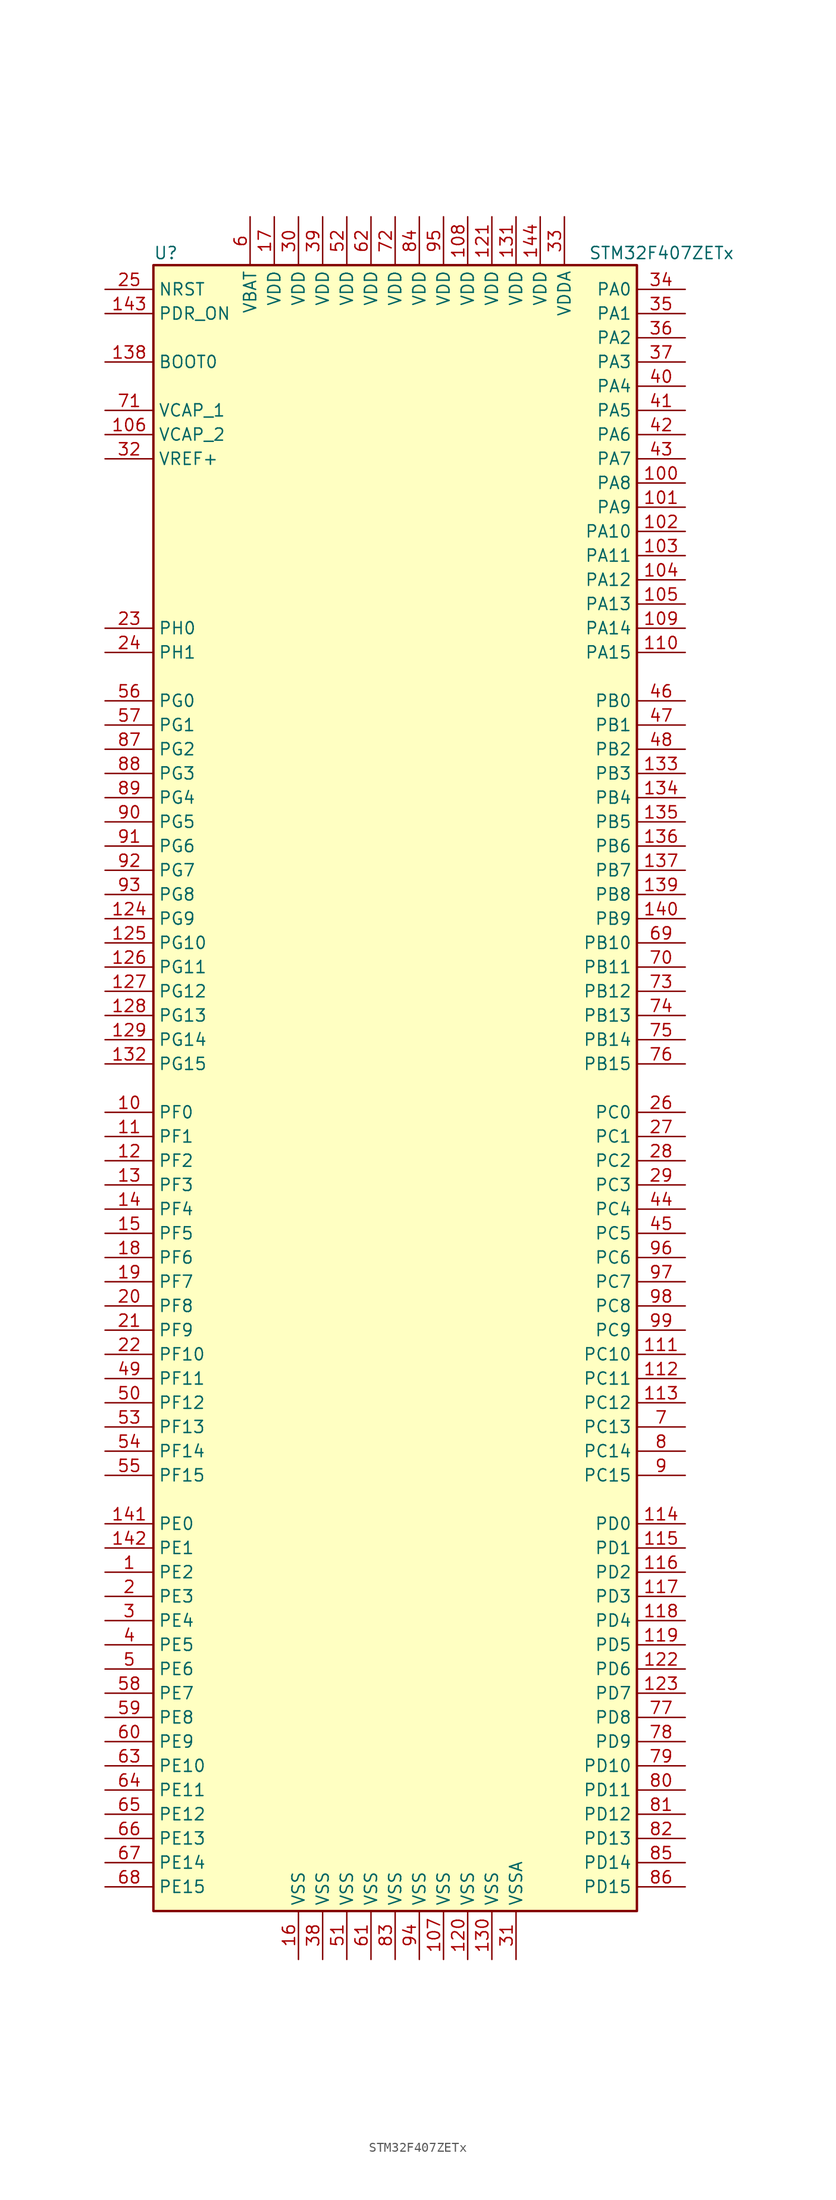
<source format=kicad_sym>
(kicad_symbol_lib
  (version 20201005)
  (generator kicad_symbol_editor)
  (symbol "STM32F407ZETx"
    (property "Reference" "U"
      (at -25.4 87.63 0)
      (effects (font (size 1.27 1.27)) (justify left)))
    (property "Value" "STM32F407ZETx"
      (at 20.32 87.63 0)
      (effects (font (size 1.27 1.27)) (justify left)))
    (symbol "STM32F407ZETx_0_1"
      (rectangle (start -25.4 -86.36) (end 25.4 86.36) (stroke (width 0.254)) (fill (type background))))
    (symbol "STM32F407ZETx_1_1"
      (pin bidirectional line (at -30.48 -50.8 0) (length 5.08) (name "PE2" (effects (font (size 1.27 1.27)))) (number "1" (effects (font (size 1.27 1.27)))))
      (pin bidirectional line (at -30.48 -2.54 0) (length 5.08) (name "PF0" (effects (font (size 1.27 1.27)))) (number "10" (effects (font (size 1.27 1.27)))))
      (pin bidirectional line (at 30.48 63.5 180) (length 5.08) (name "PA8" (effects (font (size 1.27 1.27)))) (number "100" (effects (font (size 1.27 1.27)))))
      (pin bidirectional line (at 30.48 60.96 180) (length 5.08) (name "PA9" (effects (font (size 1.27 1.27)))) (number "101" (effects (font (size 1.27 1.27)))))
      (pin bidirectional line (at 30.48 58.42 180) (length 5.08) (name "PA10" (effects (font (size 1.27 1.27)))) (number "102" (effects (font (size 1.27 1.27)))))
      (pin bidirectional line (at 30.48 55.88 180) (length 5.08) (name "PA11" (effects (font (size 1.27 1.27)))) (number "103" (effects (font (size 1.27 1.27)))))
      (pin bidirectional line (at 30.48 53.34 180) (length 5.08) (name "PA12" (effects (font (size 1.27 1.27)))) (number "104" (effects (font (size 1.27 1.27)))))
      (pin bidirectional line (at 30.48 50.8 180) (length 5.08) (name "PA13" (effects (font (size 1.27 1.27)))) (number "105" (effects (font (size 1.27 1.27)))))
      (pin power_in line (at -30.48 68.58 0) (length 5.08) (name "VCAP_2" (effects (font (size 1.27 1.27)))) (number "106" (effects (font (size 1.27 1.27)))))
      (pin power_in line (at 5.08 -91.44 90) (length 5.08) (name "VSS" (effects (font (size 1.27 1.27)))) (number "107" (effects (font (size 1.27 1.27)))))
      (pin power_in line (at 7.62 91.44 270) (length 5.08) (name "VDD" (effects (font (size 1.27 1.27)))) (number "108" (effects (font (size 1.27 1.27)))))
      (pin bidirectional line (at 30.48 48.26 180) (length 5.08) (name "PA14" (effects (font (size 1.27 1.27)))) (number "109" (effects (font (size 1.27 1.27)))))
      (pin bidirectional line (at -30.48 -5.08 0) (length 5.08) (name "PF1" (effects (font (size 1.27 1.27)))) (number "11" (effects (font (size 1.27 1.27)))))
      (pin bidirectional line (at 30.48 45.72 180) (length 5.08) (name "PA15" (effects (font (size 1.27 1.27)))) (number "110" (effects (font (size 1.27 1.27)))))
      (pin bidirectional line (at 30.48 -27.94 180) (length 5.08) (name "PC10" (effects (font (size 1.27 1.27)))) (number "111" (effects (font (size 1.27 1.27)))))
      (pin bidirectional line (at 30.48 -30.48 180) (length 5.08) (name "PC11" (effects (font (size 1.27 1.27)))) (number "112" (effects (font (size 1.27 1.27)))))
      (pin bidirectional line (at 30.48 -33.02 180) (length 5.08) (name "PC12" (effects (font (size 1.27 1.27)))) (number "113" (effects (font (size 1.27 1.27)))))
      (pin bidirectional line (at 30.48 -45.72 180) (length 5.08) (name "PD0" (effects (font (size 1.27 1.27)))) (number "114" (effects (font (size 1.27 1.27)))))
      (pin bidirectional line (at 30.48 -48.26 180) (length 5.08) (name "PD1" (effects (font (size 1.27 1.27)))) (number "115" (effects (font (size 1.27 1.27)))))
      (pin bidirectional line (at 30.48 -50.8 180) (length 5.08) (name "PD2" (effects (font (size 1.27 1.27)))) (number "116" (effects (font (size 1.27 1.27)))))
      (pin bidirectional line (at 30.48 -53.34 180) (length 5.08) (name "PD3" (effects (font (size 1.27 1.27)))) (number "117" (effects (font (size 1.27 1.27)))))
      (pin bidirectional line (at 30.48 -55.88 180) (length 5.08) (name "PD4" (effects (font (size 1.27 1.27)))) (number "118" (effects (font (size 1.27 1.27)))))
      (pin bidirectional line (at 30.48 -58.42 180) (length 5.08) (name "PD5" (effects (font (size 1.27 1.27)))) (number "119" (effects (font (size 1.27 1.27)))))
      (pin bidirectional line (at -30.48 -7.62 0) (length 5.08) (name "PF2" (effects (font (size 1.27 1.27)))) (number "12" (effects (font (size 1.27 1.27)))))
      (pin power_in line (at 7.62 -91.44 90) (length 5.08) (name "VSS" (effects (font (size 1.27 1.27)))) (number "120" (effects (font (size 1.27 1.27)))))
      (pin power_in line (at 10.16 91.44 270) (length 5.08) (name "VDD" (effects (font (size 1.27 1.27)))) (number "121" (effects (font (size 1.27 1.27)))))
      (pin bidirectional line (at 30.48 -60.96 180) (length 5.08) (name "PD6" (effects (font (size 1.27 1.27)))) (number "122" (effects (font (size 1.27 1.27)))))
      (pin bidirectional line (at 30.48 -63.5 180) (length 5.08) (name "PD7" (effects (font (size 1.27 1.27)))) (number "123" (effects (font (size 1.27 1.27)))))
      (pin bidirectional line (at -30.48 17.78 0) (length 5.08) (name "PG9" (effects (font (size 1.27 1.27)))) (number "124" (effects (font (size 1.27 1.27)))))
      (pin bidirectional line (at -30.48 15.24 0) (length 5.08) (name "PG10" (effects (font (size 1.27 1.27)))) (number "125" (effects (font (size 1.27 1.27)))))
      (pin bidirectional line (at -30.48 12.7 0) (length 5.08) (name "PG11" (effects (font (size 1.27 1.27)))) (number "126" (effects (font (size 1.27 1.27)))))
      (pin bidirectional line (at -30.48 10.16 0) (length 5.08) (name "PG12" (effects (font (size 1.27 1.27)))) (number "127" (effects (font (size 1.27 1.27)))))
      (pin bidirectional line (at -30.48 7.62 0) (length 5.08) (name "PG13" (effects (font (size 1.27 1.27)))) (number "128" (effects (font (size 1.27 1.27)))))
      (pin bidirectional line (at -30.48 5.08 0) (length 5.08) (name "PG14" (effects (font (size 1.27 1.27)))) (number "129" (effects (font (size 1.27 1.27)))))
      (pin bidirectional line (at -30.48 -10.16 0) (length 5.08) (name "PF3" (effects (font (size 1.27 1.27)))) (number "13" (effects (font (size 1.27 1.27)))))
      (pin power_in line (at 10.16 -91.44 90) (length 5.08) (name "VSS" (effects (font (size 1.27 1.27)))) (number "130" (effects (font (size 1.27 1.27)))))
      (pin power_in line (at 12.7 91.44 270) (length 5.08) (name "VDD" (effects (font (size 1.27 1.27)))) (number "131" (effects (font (size 1.27 1.27)))))
      (pin bidirectional line (at -30.48 2.54 0) (length 5.08) (name "PG15" (effects (font (size 1.27 1.27)))) (number "132" (effects (font (size 1.27 1.27)))))
      (pin bidirectional line (at 30.48 33.02 180) (length 5.08) (name "PB3" (effects (font (size 1.27 1.27)))) (number "133" (effects (font (size 1.27 1.27)))))
      (pin bidirectional line (at 30.48 30.48 180) (length 5.08) (name "PB4" (effects (font (size 1.27 1.27)))) (number "134" (effects (font (size 1.27 1.27)))))
      (pin bidirectional line (at 30.48 27.94 180) (length 5.08) (name "PB5" (effects (font (size 1.27 1.27)))) (number "135" (effects (font (size 1.27 1.27)))))
      (pin bidirectional line (at 30.48 25.4 180) (length 5.08) (name "PB6" (effects (font (size 1.27 1.27)))) (number "136" (effects (font (size 1.27 1.27)))))
      (pin bidirectional line (at 30.48 22.86 180) (length 5.08) (name "PB7" (effects (font (size 1.27 1.27)))) (number "137" (effects (font (size 1.27 1.27)))))
      (pin input line (at -30.48 76.2 0) (length 5.08) (name "BOOT0" (effects (font (size 1.27 1.27)))) (number "138" (effects (font (size 1.27 1.27)))))
      (pin bidirectional line (at 30.48 20.32 180) (length 5.08) (name "PB8" (effects (font (size 1.27 1.27)))) (number "139" (effects (font (size 1.27 1.27)))))
      (pin bidirectional line (at -30.48 -12.7 0) (length 5.08) (name "PF4" (effects (font (size 1.27 1.27)))) (number "14" (effects (font (size 1.27 1.27)))))
      (pin bidirectional line (at 30.48 17.78 180) (length 5.08) (name "PB9" (effects (font (size 1.27 1.27)))) (number "140" (effects (font (size 1.27 1.27)))))
      (pin bidirectional line (at -30.48 -45.72 0) (length 5.08) (name "PE0" (effects (font (size 1.27 1.27)))) (number "141" (effects (font (size 1.27 1.27)))))
      (pin bidirectional line (at -30.48 -48.26 0) (length 5.08) (name "PE1" (effects (font (size 1.27 1.27)))) (number "142" (effects (font (size 1.27 1.27)))))
      (pin input line (at -30.48 81.28 0) (length 5.08) (name "PDR_ON" (effects (font (size 1.27 1.27)))) (number "143" (effects (font (size 1.27 1.27)))))
      (pin power_in line (at 15.24 91.44 270) (length 5.08) (name "VDD" (effects (font (size 1.27 1.27)))) (number "144" (effects (font (size 1.27 1.27)))))
      (pin bidirectional line (at -30.48 -15.24 0) (length 5.08) (name "PF5" (effects (font (size 1.27 1.27)))) (number "15" (effects (font (size 1.27 1.27)))))
      (pin power_in line (at -10.16 -91.44 90) (length 5.08) (name "VSS" (effects (font (size 1.27 1.27)))) (number "16" (effects (font (size 1.27 1.27)))))
      (pin power_in line (at -12.7 91.44 270) (length 5.08) (name "VDD" (effects (font (size 1.27 1.27)))) (number "17" (effects (font (size 1.27 1.27)))))
      (pin bidirectional line (at -30.48 -17.78 0) (length 5.08) (name "PF6" (effects (font (size 1.27 1.27)))) (number "18" (effects (font (size 1.27 1.27)))))
      (pin bidirectional line (at -30.48 -20.32 0) (length 5.08) (name "PF7" (effects (font (size 1.27 1.27)))) (number "19" (effects (font (size 1.27 1.27)))))
      (pin bidirectional line (at -30.48 -53.34 0) (length 5.08) (name "PE3" (effects (font (size 1.27 1.27)))) (number "2" (effects (font (size 1.27 1.27)))))
      (pin bidirectional line (at -30.48 -22.86 0) (length 5.08) (name "PF8" (effects (font (size 1.27 1.27)))) (number "20" (effects (font (size 1.27 1.27)))))
      (pin bidirectional line (at -30.48 -25.4 0) (length 5.08) (name "PF9" (effects (font (size 1.27 1.27)))) (number "21" (effects (font (size 1.27 1.27)))))
      (pin bidirectional line (at -30.48 -27.94 0) (length 5.08) (name "PF10" (effects (font (size 1.27 1.27)))) (number "22" (effects (font (size 1.27 1.27)))))
      (pin input line (at -30.48 48.26 0) (length 5.08) (name "PH0" (effects (font (size 1.27 1.27)))) (number "23" (effects (font (size 1.27 1.27)))))
      (pin input line (at -30.48 45.72 0) (length 5.08) (name "PH1" (effects (font (size 1.27 1.27)))) (number "24" (effects (font (size 1.27 1.27)))))
      (pin input line (at -30.48 83.82 0) (length 5.08) (name "NRST" (effects (font (size 1.27 1.27)))) (number "25" (effects (font (size 1.27 1.27)))))
      (pin bidirectional line (at 30.48 -2.54 180) (length 5.08) (name "PC0" (effects (font (size 1.27 1.27)))) (number "26" (effects (font (size 1.27 1.27)))))
      (pin bidirectional line (at 30.48 -5.08 180) (length 5.08) (name "PC1" (effects (font (size 1.27 1.27)))) (number "27" (effects (font (size 1.27 1.27)))))
      (pin bidirectional line (at 30.48 -7.62 180) (length 5.08) (name "PC2" (effects (font (size 1.27 1.27)))) (number "28" (effects (font (size 1.27 1.27)))))
      (pin bidirectional line (at 30.48 -10.16 180) (length 5.08) (name "PC3" (effects (font (size 1.27 1.27)))) (number "29" (effects (font (size 1.27 1.27)))))
      (pin bidirectional line (at -30.48 -55.88 0) (length 5.08) (name "PE4" (effects (font (size 1.27 1.27)))) (number "3" (effects (font (size 1.27 1.27)))))
      (pin power_in line (at -10.16 91.44 270) (length 5.08) (name "VDD" (effects (font (size 1.27 1.27)))) (number "30" (effects (font (size 1.27 1.27)))))
      (pin power_in line (at 12.7 -91.44 90) (length 5.08) (name "VSSA" (effects (font (size 1.27 1.27)))) (number "31" (effects (font (size 1.27 1.27)))))
      (pin power_in line (at -30.48 66.04 0) (length 5.08) (name "VREF+" (effects (font (size 1.27 1.27)))) (number "32" (effects (font (size 1.27 1.27)))))
      (pin power_in line (at 17.78 91.44 270) (length 5.08) (name "VDDA" (effects (font (size 1.27 1.27)))) (number "33" (effects (font (size 1.27 1.27)))))
      (pin bidirectional line (at 30.48 83.82 180) (length 5.08) (name "PA0" (effects (font (size 1.27 1.27)))) (number "34" (effects (font (size 1.27 1.27)))))
      (pin bidirectional line (at 30.48 81.28 180) (length 5.08) (name "PA1" (effects (font (size 1.27 1.27)))) (number "35" (effects (font (size 1.27 1.27)))))
      (pin bidirectional line (at 30.48 78.74 180) (length 5.08) (name "PA2" (effects (font (size 1.27 1.27)))) (number "36" (effects (font (size 1.27 1.27)))))
      (pin bidirectional line (at 30.48 76.2 180) (length 5.08) (name "PA3" (effects (font (size 1.27 1.27)))) (number "37" (effects (font (size 1.27 1.27)))))
      (pin power_in line (at -7.62 -91.44 90) (length 5.08) (name "VSS" (effects (font (size 1.27 1.27)))) (number "38" (effects (font (size 1.27 1.27)))))
      (pin power_in line (at -7.62 91.44 270) (length 5.08) (name "VDD" (effects (font (size 1.27 1.27)))) (number "39" (effects (font (size 1.27 1.27)))))
      (pin bidirectional line (at -30.48 -58.42 0) (length 5.08) (name "PE5" (effects (font (size 1.27 1.27)))) (number "4" (effects (font (size 1.27 1.27)))))
      (pin bidirectional line (at 30.48 73.66 180) (length 5.08) (name "PA4" (effects (font (size 1.27 1.27)))) (number "40" (effects (font (size 1.27 1.27)))))
      (pin bidirectional line (at 30.48 71.12 180) (length 5.08) (name "PA5" (effects (font (size 1.27 1.27)))) (number "41" (effects (font (size 1.27 1.27)))))
      (pin bidirectional line (at 30.48 68.58 180) (length 5.08) (name "PA6" (effects (font (size 1.27 1.27)))) (number "42" (effects (font (size 1.27 1.27)))))
      (pin bidirectional line (at 30.48 66.04 180) (length 5.08) (name "PA7" (effects (font (size 1.27 1.27)))) (number "43" (effects (font (size 1.27 1.27)))))
      (pin bidirectional line (at 30.48 -12.7 180) (length 5.08) (name "PC4" (effects (font (size 1.27 1.27)))) (number "44" (effects (font (size 1.27 1.27)))))
      (pin bidirectional line (at 30.48 -15.24 180) (length 5.08) (name "PC5" (effects (font (size 1.27 1.27)))) (number "45" (effects (font (size 1.27 1.27)))))
      (pin bidirectional line (at 30.48 40.64 180) (length 5.08) (name "PB0" (effects (font (size 1.27 1.27)))) (number "46" (effects (font (size 1.27 1.27)))))
      (pin bidirectional line (at 30.48 38.1 180) (length 5.08) (name "PB1" (effects (font (size 1.27 1.27)))) (number "47" (effects (font (size 1.27 1.27)))))
      (pin bidirectional line (at 30.48 35.56 180) (length 5.08) (name "PB2" (effects (font (size 1.27 1.27)))) (number "48" (effects (font (size 1.27 1.27)))))
      (pin bidirectional line (at -30.48 -30.48 0) (length 5.08) (name "PF11" (effects (font (size 1.27 1.27)))) (number "49" (effects (font (size 1.27 1.27)))))
      (pin bidirectional line (at -30.48 -60.96 0) (length 5.08) (name "PE6" (effects (font (size 1.27 1.27)))) (number "5" (effects (font (size 1.27 1.27)))))
      (pin bidirectional line (at -30.48 -33.02 0) (length 5.08) (name "PF12" (effects (font (size 1.27 1.27)))) (number "50" (effects (font (size 1.27 1.27)))))
      (pin power_in line (at -5.08 -91.44 90) (length 5.08) (name "VSS" (effects (font (size 1.27 1.27)))) (number "51" (effects (font (size 1.27 1.27)))))
      (pin power_in line (at -5.08 91.44 270) (length 5.08) (name "VDD" (effects (font (size 1.27 1.27)))) (number "52" (effects (font (size 1.27 1.27)))))
      (pin bidirectional line (at -30.48 -35.56 0) (length 5.08) (name "PF13" (effects (font (size 1.27 1.27)))) (number "53" (effects (font (size 1.27 1.27)))))
      (pin bidirectional line (at -30.48 -38.1 0) (length 5.08) (name "PF14" (effects (font (size 1.27 1.27)))) (number "54" (effects (font (size 1.27 1.27)))))
      (pin bidirectional line (at -30.48 -40.64 0) (length 5.08) (name "PF15" (effects (font (size 1.27 1.27)))) (number "55" (effects (font (size 1.27 1.27)))))
      (pin bidirectional line (at -30.48 40.64 0) (length 5.08) (name "PG0" (effects (font (size 1.27 1.27)))) (number "56" (effects (font (size 1.27 1.27)))))
      (pin bidirectional line (at -30.48 38.1 0) (length 5.08) (name "PG1" (effects (font (size 1.27 1.27)))) (number "57" (effects (font (size 1.27 1.27)))))
      (pin bidirectional line (at -30.48 -63.5 0) (length 5.08) (name "PE7" (effects (font (size 1.27 1.27)))) (number "58" (effects (font (size 1.27 1.27)))))
      (pin bidirectional line (at -30.48 -66.04 0) (length 5.08) (name "PE8" (effects (font (size 1.27 1.27)))) (number "59" (effects (font (size 1.27 1.27)))))
      (pin power_in line (at -15.24 91.44 270) (length 5.08) (name "VBAT" (effects (font (size 1.27 1.27)))) (number "6" (effects (font (size 1.27 1.27)))))
      (pin bidirectional line (at -30.48 -68.58 0) (length 5.08) (name "PE9" (effects (font (size 1.27 1.27)))) (number "60" (effects (font (size 1.27 1.27)))))
      (pin power_in line (at -2.54 -91.44 90) (length 5.08) (name "VSS" (effects (font (size 1.27 1.27)))) (number "61" (effects (font (size 1.27 1.27)))))
      (pin power_in line (at -2.54 91.44 270) (length 5.08) (name "VDD" (effects (font (size 1.27 1.27)))) (number "62" (effects (font (size 1.27 1.27)))))
      (pin bidirectional line (at -30.48 -71.12 0) (length 5.08) (name "PE10" (effects (font (size 1.27 1.27)))) (number "63" (effects (font (size 1.27 1.27)))))
      (pin bidirectional line (at -30.48 -73.66 0) (length 5.08) (name "PE11" (effects (font (size 1.27 1.27)))) (number "64" (effects (font (size 1.27 1.27)))))
      (pin bidirectional line (at -30.48 -76.2 0) (length 5.08) (name "PE12" (effects (font (size 1.27 1.27)))) (number "65" (effects (font (size 1.27 1.27)))))
      (pin bidirectional line (at -30.48 -78.74 0) (length 5.08) (name "PE13" (effects (font (size 1.27 1.27)))) (number "66" (effects (font (size 1.27 1.27)))))
      (pin bidirectional line (at -30.48 -81.28 0) (length 5.08) (name "PE14" (effects (font (size 1.27 1.27)))) (number "67" (effects (font (size 1.27 1.27)))))
      (pin bidirectional line (at -30.48 -83.82 0) (length 5.08) (name "PE15" (effects (font (size 1.27 1.27)))) (number "68" (effects (font (size 1.27 1.27)))))
      (pin bidirectional line (at 30.48 15.24 180) (length 5.08) (name "PB10" (effects (font (size 1.27 1.27)))) (number "69" (effects (font (size 1.27 1.27)))))
      (pin bidirectional line (at 30.48 -35.56 180) (length 5.08) (name "PC13" (effects (font (size 1.27 1.27)))) (number "7" (effects (font (size 1.27 1.27)))))
      (pin bidirectional line (at 30.48 12.7 180) (length 5.08) (name "PB11" (effects (font (size 1.27 1.27)))) (number "70" (effects (font (size 1.27 1.27)))))
      (pin power_in line (at -30.48 71.12 0) (length 5.08) (name "VCAP_1" (effects (font (size 1.27 1.27)))) (number "71" (effects (font (size 1.27 1.27)))))
      (pin power_in line (at 0 91.44 270) (length 5.08) (name "VDD" (effects (font (size 1.27 1.27)))) (number "72" (effects (font (size 1.27 1.27)))))
      (pin bidirectional line (at 30.48 10.16 180) (length 5.08) (name "PB12" (effects (font (size 1.27 1.27)))) (number "73" (effects (font (size 1.27 1.27)))))
      (pin bidirectional line (at 30.48 7.62 180) (length 5.08) (name "PB13" (effects (font (size 1.27 1.27)))) (number "74" (effects (font (size 1.27 1.27)))))
      (pin bidirectional line (at 30.48 5.08 180) (length 5.08) (name "PB14" (effects (font (size 1.27 1.27)))) (number "75" (effects (font (size 1.27 1.27)))))
      (pin bidirectional line (at 30.48 2.54 180) (length 5.08) (name "PB15" (effects (font (size 1.27 1.27)))) (number "76" (effects (font (size 1.27 1.27)))))
      (pin bidirectional line (at 30.48 -66.04 180) (length 5.08) (name "PD8" (effects (font (size 1.27 1.27)))) (number "77" (effects (font (size 1.27 1.27)))))
      (pin bidirectional line (at 30.48 -68.58 180) (length 5.08) (name "PD9" (effects (font (size 1.27 1.27)))) (number "78" (effects (font (size 1.27 1.27)))))
      (pin bidirectional line (at 30.48 -71.12 180) (length 5.08) (name "PD10" (effects (font (size 1.27 1.27)))) (number "79" (effects (font (size 1.27 1.27)))))
      (pin bidirectional line (at 30.48 -38.1 180) (length 5.08) (name "PC14" (effects (font (size 1.27 1.27)))) (number "8" (effects (font (size 1.27 1.27)))))
      (pin bidirectional line (at 30.48 -73.66 180) (length 5.08) (name "PD11" (effects (font (size 1.27 1.27)))) (number "80" (effects (font (size 1.27 1.27)))))
      (pin bidirectional line (at 30.48 -76.2 180) (length 5.08) (name "PD12" (effects (font (size 1.27 1.27)))) (number "81" (effects (font (size 1.27 1.27)))))
      (pin bidirectional line (at 30.48 -78.74 180) (length 5.08) (name "PD13" (effects (font (size 1.27 1.27)))) (number "82" (effects (font (size 1.27 1.27)))))
      (pin power_in line (at 0 -91.44 90) (length 5.08) (name "VSS" (effects (font (size 1.27 1.27)))) (number "83" (effects (font (size 1.27 1.27)))))
      (pin power_in line (at 2.54 91.44 270) (length 5.08) (name "VDD" (effects (font (size 1.27 1.27)))) (number "84" (effects (font (size 1.27 1.27)))))
      (pin bidirectional line (at 30.48 -81.28 180) (length 5.08) (name "PD14" (effects (font (size 1.27 1.27)))) (number "85" (effects (font (size 1.27 1.27)))))
      (pin bidirectional line (at 30.48 -83.82 180) (length 5.08) (name "PD15" (effects (font (size 1.27 1.27)))) (number "86" (effects (font (size 1.27 1.27)))))
      (pin bidirectional line (at -30.48 35.56 0) (length 5.08) (name "PG2" (effects (font (size 1.27 1.27)))) (number "87" (effects (font (size 1.27 1.27)))))
      (pin bidirectional line (at -30.48 33.02 0) (length 5.08) (name "PG3" (effects (font (size 1.27 1.27)))) (number "88" (effects (font (size 1.27 1.27)))))
      (pin bidirectional line (at -30.48 30.48 0) (length 5.08) (name "PG4" (effects (font (size 1.27 1.27)))) (number "89" (effects (font (size 1.27 1.27)))))
      (pin bidirectional line (at 30.48 -40.64 180) (length 5.08) (name "PC15" (effects (font (size 1.27 1.27)))) (number "9" (effects (font (size 1.27 1.27)))))
      (pin bidirectional line (at -30.48 27.94 0) (length 5.08) (name "PG5" (effects (font (size 1.27 1.27)))) (number "90" (effects (font (size 1.27 1.27)))))
      (pin bidirectional line (at -30.48 25.4 0) (length 5.08) (name "PG6" (effects (font (size 1.27 1.27)))) (number "91" (effects (font (size 1.27 1.27)))))
      (pin bidirectional line (at -30.48 22.86 0) (length 5.08) (name "PG7" (effects (font (size 1.27 1.27)))) (number "92" (effects (font (size 1.27 1.27)))))
      (pin bidirectional line (at -30.48 20.32 0) (length 5.08) (name "PG8" (effects (font (size 1.27 1.27)))) (number "93" (effects (font (size 1.27 1.27)))))
      (pin power_in line (at 2.54 -91.44 90) (length 5.08) (name "VSS" (effects (font (size 1.27 1.27)))) (number "94" (effects (font (size 1.27 1.27)))))
      (pin power_in line (at 5.08 91.44 270) (length 5.08) (name "VDD" (effects (font (size 1.27 1.27)))) (number "95" (effects (font (size 1.27 1.27)))))
      (pin bidirectional line (at 30.48 -17.78 180) (length 5.08) (name "PC6" (effects (font (size 1.27 1.27)))) (number "96" (effects (font (size 1.27 1.27)))))
      (pin bidirectional line (at 30.48 -20.32 180) (length 5.08) (name "PC7" (effects (font (size 1.27 1.27)))) (number "97" (effects (font (size 1.27 1.27)))))
      (pin bidirectional line (at 30.48 -22.86 180) (length 5.08) (name "PC8" (effects (font (size 1.27 1.27)))) (number "98" (effects (font (size 1.27 1.27)))))
      (pin bidirectional line (at 30.48 -25.4 180) (length 5.08) (name "PC9" (effects (font (size 1.27 1.27)))) (number "99" (effects (font (size 1.27 1.27))))))))
</source>
